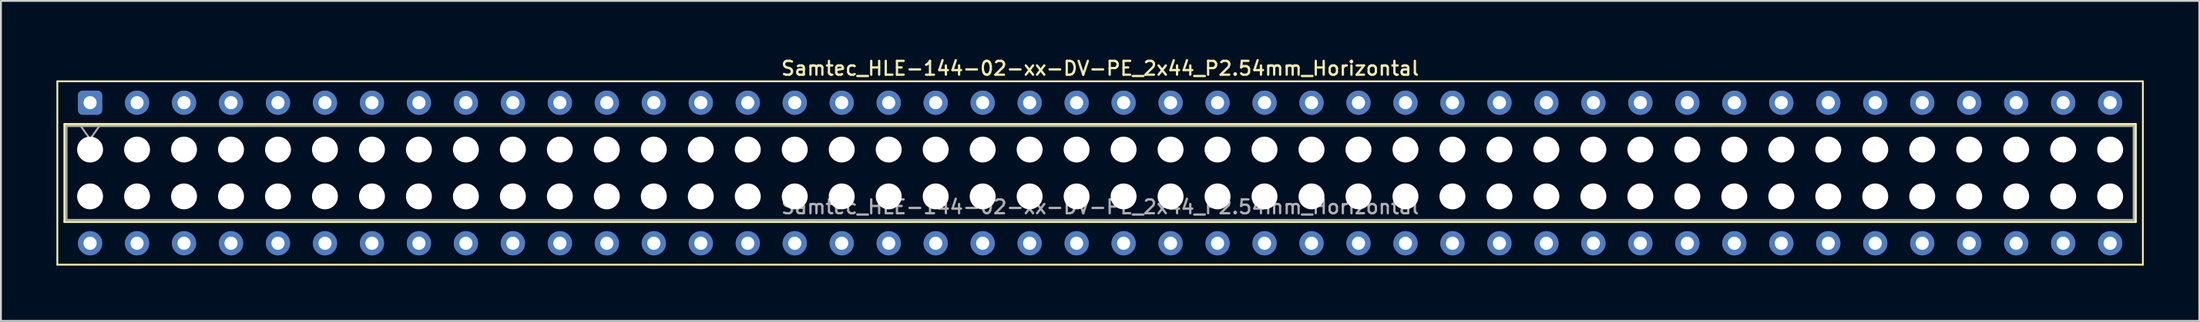
<source format=kicad_pcb>
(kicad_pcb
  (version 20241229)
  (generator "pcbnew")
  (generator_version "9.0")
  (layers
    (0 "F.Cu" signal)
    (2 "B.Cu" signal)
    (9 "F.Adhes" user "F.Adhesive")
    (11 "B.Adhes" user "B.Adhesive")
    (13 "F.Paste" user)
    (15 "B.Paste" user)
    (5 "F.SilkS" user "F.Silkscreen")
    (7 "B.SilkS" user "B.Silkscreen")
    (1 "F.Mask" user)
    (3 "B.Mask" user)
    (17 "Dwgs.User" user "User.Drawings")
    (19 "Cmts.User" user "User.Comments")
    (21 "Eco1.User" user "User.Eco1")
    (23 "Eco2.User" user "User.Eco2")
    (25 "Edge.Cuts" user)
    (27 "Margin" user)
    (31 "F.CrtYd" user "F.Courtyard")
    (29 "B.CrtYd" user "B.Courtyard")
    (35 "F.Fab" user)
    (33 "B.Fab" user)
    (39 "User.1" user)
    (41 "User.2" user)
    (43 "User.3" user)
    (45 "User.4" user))
  (footprint "Samtec_HLE-144-02-xx-DV-PE_2x44_P2.54mm_Horizontal"
    (layer "F.Cu")
    (at 1.82 2.518)
    (property "Reference" "Samtec_HLE-144-02-xx-DV-PE_2x44_P2.54mm_Horizontal" (at 54.61 -1.86 0) (layer "F.SilkS") (effects (font (size 0.75 0.75) (thickness 0.125))))
    (attr through_hole)
    (fp_line (start -1.77 -1.16) (end 110.99 -1.16) (stroke (width 0.1) (type solid)) (layer "F.SilkS"))
    (fp_line (start -1.77 8.78) (end -1.77 -1.16) (stroke (width 0.1) (type solid)) (layer "F.SilkS"))
    (fp_line (start -1.38 1.16) (end 110.6 1.16) (stroke (width 0.12) (type solid)) (layer "F.SilkS"))
    (fp_line (start -1.38 6.46) (end -1.38 1.16) (stroke (width 0.12) (type solid)) (layer "F.SilkS"))
    (fp_line (start 110.6 1.16) (end 110.6 6.46) (stroke (width 0.12) (type solid)) (layer "F.SilkS"))
    (fp_line (start 110.6 6.46) (end -1.38 6.46) (stroke (width 0.12) (type solid)) (layer "F.SilkS"))
    (fp_line (start 110.99 -1.16) (end 110.99 8.78) (stroke (width 0.1) (type solid)) (layer "F.SilkS"))
    (fp_line (start 110.99 8.78) (end -1.77 8.78) (stroke (width 0.1) (type solid)) (layer "F.SilkS"))
    (fp_line (start -1.27 1.27) (end 110.49 1.27) (stroke (width 0.1) (type solid)) (layer "F.Fab"))
    (fp_line (start -1.27 6.35) (end -1.27 1.27) (stroke (width 0.1) (type solid)) (layer "F.Fab"))
    (fp_line (start -0.5 1.27) (end 0 1.977) (stroke (width 0.1) (type solid)) (layer "F.Fab"))
    (fp_line (start 0 1.977) (end 0.5 1.27) (stroke (width 0.1) (type solid)) (layer "F.Fab"))
    (fp_line (start 110.49 1.27) (end 110.49 6.35) (stroke (width 0.1) (type solid)) (layer "F.Fab"))
    (fp_line (start 110.49 6.35) (end -1.27 6.35) (stroke (width 0.1) (type solid)) (layer "F.Fab"))
    (fp_text user "${REFERENCE}" (at 54.61 5.65 0) (layer "F.Fab") (effects (font (size 0.75 0.75) (thickness 0.125))))
    (pad "" np_thru_hole circle (at 0 2.54) (size 1.4 1.4) (drill 1.4) (layers "*.Cu" "*.Mask"))
    (pad "" np_thru_hole circle (at 0 5.08) (size 1.4 1.4) (drill 1.4) (layers "*.Cu" "*.Mask"))
    (pad "" np_thru_hole circle (at 2.54 2.54) (size 1.4 1.4) (drill 1.4) (layers "*.Cu" "*.Mask"))
    (pad "" np_thru_hole circle (at 2.54 5.08) (size 1.4 1.4) (drill 1.4) (layers "*.Cu" "*.Mask"))
    (pad "" np_thru_hole circle (at 5.08 2.54) (size 1.4 1.4) (drill 1.4) (layers "*.Cu" "*.Mask"))
    (pad "" np_thru_hole circle (at 5.08 5.08) (size 1.4 1.4) (drill 1.4) (layers "*.Cu" "*.Mask"))
    (pad "" np_thru_hole circle (at 7.62 2.54) (size 1.4 1.4) (drill 1.4) (layers "*.Cu" "*.Mask"))
    (pad "" np_thru_hole circle (at 7.62 5.08) (size 1.4 1.4) (drill 1.4) (layers "*.Cu" "*.Mask"))
    (pad "" np_thru_hole circle (at 10.16 2.54) (size 1.4 1.4) (drill 1.4) (layers "*.Cu" "*.Mask"))
    (pad "" np_thru_hole circle (at 10.16 5.08) (size 1.4 1.4) (drill 1.4) (layers "*.Cu" "*.Mask"))
    (pad "" np_thru_hole circle (at 12.7 2.54) (size 1.4 1.4) (drill 1.4) (layers "*.Cu" "*.Mask"))
    (pad "" np_thru_hole circle (at 12.7 5.08) (size 1.4 1.4) (drill 1.4) (layers "*.Cu" "*.Mask"))
    (pad "" np_thru_hole circle (at 15.24 2.54) (size 1.4 1.4) (drill 1.4) (layers "*.Cu" "*.Mask"))
    (pad "" np_thru_hole circle (at 15.24 5.08) (size 1.4 1.4) (drill 1.4) (layers "*.Cu" "*.Mask"))
    (pad "" np_thru_hole circle (at 17.78 2.54) (size 1.4 1.4) (drill 1.4) (layers "*.Cu" "*.Mask"))
    (pad "" np_thru_hole circle (at 17.78 5.08) (size 1.4 1.4) (drill 1.4) (layers "*.Cu" "*.Mask"))
    (pad "" np_thru_hole circle (at 20.32 2.54) (size 1.4 1.4) (drill 1.4) (layers "*.Cu" "*.Mask"))
    (pad "" np_thru_hole circle (at 20.32 5.08) (size 1.4 1.4) (drill 1.4) (layers "*.Cu" "*.Mask"))
    (pad "" np_thru_hole circle (at 22.86 2.54) (size 1.4 1.4) (drill 1.4) (layers "*.Cu" "*.Mask"))
    (pad "" np_thru_hole circle (at 22.86 5.08) (size 1.4 1.4) (drill 1.4) (layers "*.Cu" "*.Mask"))
    (pad "" np_thru_hole circle (at 25.4 2.54) (size 1.4 1.4) (drill 1.4) (layers "*.Cu" "*.Mask"))
    (pad "" np_thru_hole circle (at 25.4 5.08) (size 1.4 1.4) (drill 1.4) (layers "*.Cu" "*.Mask"))
    (pad "" np_thru_hole circle (at 27.94 2.54) (size 1.4 1.4) (drill 1.4) (layers "*.Cu" "*.Mask"))
    (pad "" np_thru_hole circle (at 27.94 5.08) (size 1.4 1.4) (drill 1.4) (layers "*.Cu" "*.Mask"))
    (pad "" np_thru_hole circle (at 30.48 2.54) (size 1.4 1.4) (drill 1.4) (layers "*.Cu" "*.Mask"))
    (pad "" np_thru_hole circle (at 30.48 5.08) (size 1.4 1.4) (drill 1.4) (layers "*.Cu" "*.Mask"))
    (pad "" np_thru_hole circle (at 33.02 2.54) (size 1.4 1.4) (drill 1.4) (layers "*.Cu" "*.Mask"))
    (pad "" np_thru_hole circle (at 33.02 5.08) (size 1.4 1.4) (drill 1.4) (layers "*.Cu" "*.Mask"))
    (pad "" np_thru_hole circle (at 35.56 2.54) (size 1.4 1.4) (drill 1.4) (layers "*.Cu" "*.Mask"))
    (pad "" np_thru_hole circle (at 35.56 5.08) (size 1.4 1.4) (drill 1.4) (layers "*.Cu" "*.Mask"))
    (pad "" np_thru_hole circle (at 38.1 2.54) (size 1.4 1.4) (drill 1.4) (layers "*.Cu" "*.Mask"))
    (pad "" np_thru_hole circle (at 38.1 5.08) (size 1.4 1.4) (drill 1.4) (layers "*.Cu" "*.Mask"))
    (pad "" np_thru_hole circle (at 40.64 2.54) (size 1.4 1.4) (drill 1.4) (layers "*.Cu" "*.Mask"))
    (pad "" np_thru_hole circle (at 40.64 5.08) (size 1.4 1.4) (drill 1.4) (layers "*.Cu" "*.Mask"))
    (pad "" np_thru_hole circle (at 43.18 2.54) (size 1.4 1.4) (drill 1.4) (layers "*.Cu" "*.Mask"))
    (pad "" np_thru_hole circle (at 43.18 5.08) (size 1.4 1.4) (drill 1.4) (layers "*.Cu" "*.Mask"))
    (pad "" np_thru_hole circle (at 45.72 2.54) (size 1.4 1.4) (drill 1.4) (layers "*.Cu" "*.Mask"))
    (pad "" np_thru_hole circle (at 45.72 5.08) (size 1.4 1.4) (drill 1.4) (layers "*.Cu" "*.Mask"))
    (pad "" np_thru_hole circle (at 48.26 2.54) (size 1.4 1.4) (drill 1.4) (layers "*.Cu" "*.Mask"))
    (pad "" np_thru_hole circle (at 48.26 5.08) (size 1.4 1.4) (drill 1.4) (layers "*.Cu" "*.Mask"))
    (pad "" np_thru_hole circle (at 50.8 2.54) (size 1.4 1.4) (drill 1.4) (layers "*.Cu" "*.Mask"))
    (pad "" np_thru_hole circle (at 50.8 5.08) (size 1.4 1.4) (drill 1.4) (layers "*.Cu" "*.Mask"))
    (pad "" np_thru_hole circle (at 53.34 2.54) (size 1.4 1.4) (drill 1.4) (layers "*.Cu" "*.Mask"))
    (pad "" np_thru_hole circle (at 53.34 5.08) (size 1.4 1.4) (drill 1.4) (layers "*.Cu" "*.Mask"))
    (pad "" np_thru_hole circle (at 55.88 2.54) (size 1.4 1.4) (drill 1.4) (layers "*.Cu" "*.Mask"))
    (pad "" np_thru_hole circle (at 55.88 5.08) (size 1.4 1.4) (drill 1.4) (layers "*.Cu" "*.Mask"))
    (pad "" np_thru_hole circle (at 58.42 2.54) (size 1.4 1.4) (drill 1.4) (layers "*.Cu" "*.Mask"))
    (pad "" np_thru_hole circle (at 58.42 5.08) (size 1.4 1.4) (drill 1.4) (layers "*.Cu" "*.Mask"))
    (pad "" np_thru_hole circle (at 60.96 2.54) (size 1.4 1.4) (drill 1.4) (layers "*.Cu" "*.Mask"))
    (pad "" np_thru_hole circle (at 60.96 5.08) (size 1.4 1.4) (drill 1.4) (layers "*.Cu" "*.Mask"))
    (pad "" np_thru_hole circle (at 63.5 2.54) (size 1.4 1.4) (drill 1.4) (layers "*.Cu" "*.Mask"))
    (pad "" np_thru_hole circle (at 63.5 5.08) (size 1.4 1.4) (drill 1.4) (layers "*.Cu" "*.Mask"))
    (pad "" np_thru_hole circle (at 66.04 2.54) (size 1.4 1.4) (drill 1.4) (layers "*.Cu" "*.Mask"))
    (pad "" np_thru_hole circle (at 66.04 5.08) (size 1.4 1.4) (drill 1.4) (layers "*.Cu" "*.Mask"))
    (pad "" np_thru_hole circle (at 68.58 2.54) (size 1.4 1.4) (drill 1.4) (layers "*.Cu" "*.Mask"))
    (pad "" np_thru_hole circle (at 68.58 5.08) (size 1.4 1.4) (drill 1.4) (layers "*.Cu" "*.Mask"))
    (pad "" np_thru_hole circle (at 71.12 2.54) (size 1.4 1.4) (drill 1.4) (layers "*.Cu" "*.Mask"))
    (pad "" np_thru_hole circle (at 71.12 5.08) (size 1.4 1.4) (drill 1.4) (layers "*.Cu" "*.Mask"))
    (pad "" np_thru_hole circle (at 73.66 2.54) (size 1.4 1.4) (drill 1.4) (layers "*.Cu" "*.Mask"))
    (pad "" np_thru_hole circle (at 73.66 5.08) (size 1.4 1.4) (drill 1.4) (layers "*.Cu" "*.Mask"))
    (pad "" np_thru_hole circle (at 76.2 2.54) (size 1.4 1.4) (drill 1.4) (layers "*.Cu" "*.Mask"))
    (pad "" np_thru_hole circle (at 76.2 5.08) (size 1.4 1.4) (drill 1.4) (layers "*.Cu" "*.Mask"))
    (pad "" np_thru_hole circle (at 78.74 2.54) (size 1.4 1.4) (drill 1.4) (layers "*.Cu" "*.Mask"))
    (pad "" np_thru_hole circle (at 78.74 5.08) (size 1.4 1.4) (drill 1.4) (layers "*.Cu" "*.Mask"))
    (pad "" np_thru_hole circle (at 81.28 2.54) (size 1.4 1.4) (drill 1.4) (layers "*.Cu" "*.Mask"))
    (pad "" np_thru_hole circle (at 81.28 5.08) (size 1.4 1.4) (drill 1.4) (layers "*.Cu" "*.Mask"))
    (pad "" np_thru_hole circle (at 83.82 2.54) (size 1.4 1.4) (drill 1.4) (layers "*.Cu" "*.Mask"))
    (pad "" np_thru_hole circle (at 83.82 5.08) (size 1.4 1.4) (drill 1.4) (layers "*.Cu" "*.Mask"))
    (pad "" np_thru_hole circle (at 86.36 2.54) (size 1.4 1.4) (drill 1.4) (layers "*.Cu" "*.Mask"))
    (pad "" np_thru_hole circle (at 86.36 5.08) (size 1.4 1.4) (drill 1.4) (layers "*.Cu" "*.Mask"))
    (pad "" np_thru_hole circle (at 88.9 2.54) (size 1.4 1.4) (drill 1.4) (layers "*.Cu" "*.Mask"))
    (pad "" np_thru_hole circle (at 88.9 5.08) (size 1.4 1.4) (drill 1.4) (layers "*.Cu" "*.Mask"))
    (pad "" np_thru_hole circle (at 91.44 2.54) (size 1.4 1.4) (drill 1.4) (layers "*.Cu" "*.Mask"))
    (pad "" np_thru_hole circle (at 91.44 5.08) (size 1.4 1.4) (drill 1.4) (layers "*.Cu" "*.Mask"))
    (pad "" np_thru_hole circle (at 93.98 2.54) (size 1.4 1.4) (drill 1.4) (layers "*.Cu" "*.Mask"))
    (pad "" np_thru_hole circle (at 93.98 5.08) (size 1.4 1.4) (drill 1.4) (layers "*.Cu" "*.Mask"))
    (pad "" np_thru_hole circle (at 96.52 2.54) (size 1.4 1.4) (drill 1.4) (layers "*.Cu" "*.Mask"))
    (pad "" np_thru_hole circle (at 96.52 5.08) (size 1.4 1.4) (drill 1.4) (layers "*.Cu" "*.Mask"))
    (pad "" np_thru_hole circle (at 99.06 2.54) (size 1.4 1.4) (drill 1.4) (layers "*.Cu" "*.Mask"))
    (pad "" np_thru_hole circle (at 99.06 5.08) (size 1.4 1.4) (drill 1.4) (layers "*.Cu" "*.Mask"))
    (pad "" np_thru_hole circle (at 101.6 2.54) (size 1.4 1.4) (drill 1.4) (layers "*.Cu" "*.Mask"))
    (pad "" np_thru_hole circle (at 101.6 5.08) (size 1.4 1.4) (drill 1.4) (layers "*.Cu" "*.Mask"))
    (pad "" np_thru_hole circle (at 104.14 2.54) (size 1.4 1.4) (drill 1.4) (layers "*.Cu" "*.Mask"))
    (pad "" np_thru_hole circle (at 104.14 5.08) (size 1.4 1.4) (drill 1.4) (layers "*.Cu" "*.Mask"))
    (pad "" np_thru_hole circle (at 106.68 2.54) (size 1.4 1.4) (drill 1.4) (layers "*.Cu" "*.Mask"))
    (pad "" np_thru_hole circle (at 106.68 5.08) (size 1.4 1.4) (drill 1.4) (layers "*.Cu" "*.Mask"))
    (pad "" np_thru_hole circle (at 109.22 2.54) (size 1.4 1.4) (drill 1.4) (layers "*.Cu" "*.Mask"))
    (pad "" np_thru_hole circle (at 109.22 5.08) (size 1.4 1.4) (drill 1.4) (layers "*.Cu" "*.Mask"))
    (pad "1" thru_hole roundrect (at 0 0) (size 1.31 1.31) (drill 0.71) (layers "*.Cu" "*.Mask") (roundrect_rratio 0.191))
    (pad "2" thru_hole circle (at 0 7.62) (size 1.31 1.31) (drill 0.71) (layers "*.Cu" "*.Mask"))
    (pad "3" thru_hole circle (at 2.54 0) (size 1.31 1.31) (drill 0.71) (layers "*.Cu" "*.Mask"))
    (pad "4" thru_hole circle (at 2.54 7.62) (size 1.31 1.31) (drill 0.71) (layers "*.Cu" "*.Mask"))
    (pad "5" thru_hole circle (at 5.08 0) (size 1.31 1.31) (drill 0.71) (layers "*.Cu" "*.Mask"))
    (pad "6" thru_hole circle (at 5.08 7.62) (size 1.31 1.31) (drill 0.71) (layers "*.Cu" "*.Mask"))
    (pad "7" thru_hole circle (at 7.62 0) (size 1.31 1.31) (drill 0.71) (layers "*.Cu" "*.Mask"))
    (pad "8" thru_hole circle (at 7.62 7.62) (size 1.31 1.31) (drill 0.71) (layers "*.Cu" "*.Mask"))
    (pad "9" thru_hole circle (at 10.16 0) (size 1.31 1.31) (drill 0.71) (layers "*.Cu" "*.Mask"))
    (pad "10" thru_hole circle (at 10.16 7.62) (size 1.31 1.31) (drill 0.71) (layers "*.Cu" "*.Mask"))
    (pad "11" thru_hole circle (at 12.7 0) (size 1.31 1.31) (drill 0.71) (layers "*.Cu" "*.Mask"))
    (pad "12" thru_hole circle (at 12.7 7.62) (size 1.31 1.31) (drill 0.71) (layers "*.Cu" "*.Mask"))
    (pad "13" thru_hole circle (at 15.24 0) (size 1.31 1.31) (drill 0.71) (layers "*.Cu" "*.Mask"))
    (pad "14" thru_hole circle (at 15.24 7.62) (size 1.31 1.31) (drill 0.71) (layers "*.Cu" "*.Mask"))
    (pad "15" thru_hole circle (at 17.78 0) (size 1.31 1.31) (drill 0.71) (layers "*.Cu" "*.Mask"))
    (pad "16" thru_hole circle (at 17.78 7.62) (size 1.31 1.31) (drill 0.71) (layers "*.Cu" "*.Mask"))
    (pad "17" thru_hole circle (at 20.32 0) (size 1.31 1.31) (drill 0.71) (layers "*.Cu" "*.Mask"))
    (pad "18" thru_hole circle (at 20.32 7.62) (size 1.31 1.31) (drill 0.71) (layers "*.Cu" "*.Mask"))
    (pad "19" thru_hole circle (at 22.86 0) (size 1.31 1.31) (drill 0.71) (layers "*.Cu" "*.Mask"))
    (pad "20" thru_hole circle (at 22.86 7.62) (size 1.31 1.31) (drill 0.71) (layers "*.Cu" "*.Mask"))
    (pad "21" thru_hole circle (at 25.4 0) (size 1.31 1.31) (drill 0.71) (layers "*.Cu" "*.Mask"))
    (pad "22" thru_hole circle (at 25.4 7.62) (size 1.31 1.31) (drill 0.71) (layers "*.Cu" "*.Mask"))
    (pad "23" thru_hole circle (at 27.94 0) (size 1.31 1.31) (drill 0.71) (layers "*.Cu" "*.Mask"))
    (pad "24" thru_hole circle (at 27.94 7.62) (size 1.31 1.31) (drill 0.71) (layers "*.Cu" "*.Mask"))
    (pad "25" thru_hole circle (at 30.48 0) (size 1.31 1.31) (drill 0.71) (layers "*.Cu" "*.Mask"))
    (pad "26" thru_hole circle (at 30.48 7.62) (size 1.31 1.31) (drill 0.71) (layers "*.Cu" "*.Mask"))
    (pad "27" thru_hole circle (at 33.02 0) (size 1.31 1.31) (drill 0.71) (layers "*.Cu" "*.Mask"))
    (pad "28" thru_hole circle (at 33.02 7.62) (size 1.31 1.31) (drill 0.71) (layers "*.Cu" "*.Mask"))
    (pad "29" thru_hole circle (at 35.56 0) (size 1.31 1.31) (drill 0.71) (layers "*.Cu" "*.Mask"))
    (pad "30" thru_hole circle (at 35.56 7.62) (size 1.31 1.31) (drill 0.71) (layers "*.Cu" "*.Mask"))
    (pad "31" thru_hole circle (at 38.1 0) (size 1.31 1.31) (drill 0.71) (layers "*.Cu" "*.Mask"))
    (pad "32" thru_hole circle (at 38.1 7.62) (size 1.31 1.31) (drill 0.71) (layers "*.Cu" "*.Mask"))
    (pad "33" thru_hole circle (at 40.64 0) (size 1.31 1.31) (drill 0.71) (layers "*.Cu" "*.Mask"))
    (pad "34" thru_hole circle (at 40.64 7.62) (size 1.31 1.31) (drill 0.71) (layers "*.Cu" "*.Mask"))
    (pad "35" thru_hole circle (at 43.18 0) (size 1.31 1.31) (drill 0.71) (layers "*.Cu" "*.Mask"))
    (pad "36" thru_hole circle (at 43.18 7.62) (size 1.31 1.31) (drill 0.71) (layers "*.Cu" "*.Mask"))
    (pad "37" thru_hole circle (at 45.72 0) (size 1.31 1.31) (drill 0.71) (layers "*.Cu" "*.Mask"))
    (pad "38" thru_hole circle (at 45.72 7.62) (size 1.31 1.31) (drill 0.71) (layers "*.Cu" "*.Mask"))
    (pad "39" thru_hole circle (at 48.26 0) (size 1.31 1.31) (drill 0.71) (layers "*.Cu" "*.Mask"))
    (pad "40" thru_hole circle (at 48.26 7.62) (size 1.31 1.31) (drill 0.71) (layers "*.Cu" "*.Mask"))
    (pad "41" thru_hole circle (at 50.8 0) (size 1.31 1.31) (drill 0.71) (layers "*.Cu" "*.Mask"))
    (pad "42" thru_hole circle (at 50.8 7.62) (size 1.31 1.31) (drill 0.71) (layers "*.Cu" "*.Mask"))
    (pad "43" thru_hole circle (at 53.34 0) (size 1.31 1.31) (drill 0.71) (layers "*.Cu" "*.Mask"))
    (pad "44" thru_hole circle (at 53.34 7.62) (size 1.31 1.31) (drill 0.71) (layers "*.Cu" "*.Mask"))
    (pad "45" thru_hole circle (at 55.88 0) (size 1.31 1.31) (drill 0.71) (layers "*.Cu" "*.Mask"))
    (pad "46" thru_hole circle (at 55.88 7.62) (size 1.31 1.31) (drill 0.71) (layers "*.Cu" "*.Mask"))
    (pad "47" thru_hole circle (at 58.42 0) (size 1.31 1.31) (drill 0.71) (layers "*.Cu" "*.Mask"))
    (pad "48" thru_hole circle (at 58.42 7.62) (size 1.31 1.31) (drill 0.71) (layers "*.Cu" "*.Mask"))
    (pad "49" thru_hole circle (at 60.96 0) (size 1.31 1.31) (drill 0.71) (layers "*.Cu" "*.Mask"))
    (pad "50" thru_hole circle (at 60.96 7.62) (size 1.31 1.31) (drill 0.71) (layers "*.Cu" "*.Mask"))
    (pad "51" thru_hole circle (at 63.5 0) (size 1.31 1.31) (drill 0.71) (layers "*.Cu" "*.Mask"))
    (pad "52" thru_hole circle (at 63.5 7.62) (size 1.31 1.31) (drill 0.71) (layers "*.Cu" "*.Mask"))
    (pad "53" thru_hole circle (at 66.04 0) (size 1.31 1.31) (drill 0.71) (layers "*.Cu" "*.Mask"))
    (pad "54" thru_hole circle (at 66.04 7.62) (size 1.31 1.31) (drill 0.71) (layers "*.Cu" "*.Mask"))
    (pad "55" thru_hole circle (at 68.58 0) (size 1.31 1.31) (drill 0.71) (layers "*.Cu" "*.Mask"))
    (pad "56" thru_hole circle (at 68.58 7.62) (size 1.31 1.31) (drill 0.71) (layers "*.Cu" "*.Mask"))
    (pad "57" thru_hole circle (at 71.12 0) (size 1.31 1.31) (drill 0.71) (layers "*.Cu" "*.Mask"))
    (pad "58" thru_hole circle (at 71.12 7.62) (size 1.31 1.31) (drill 0.71) (layers "*.Cu" "*.Mask"))
    (pad "59" thru_hole circle (at 73.66 0) (size 1.31 1.31) (drill 0.71) (layers "*.Cu" "*.Mask"))
    (pad "60" thru_hole circle (at 73.66 7.62) (size 1.31 1.31) (drill 0.71) (layers "*.Cu" "*.Mask"))
    (pad "61" thru_hole circle (at 76.2 0) (size 1.31 1.31) (drill 0.71) (layers "*.Cu" "*.Mask"))
    (pad "62" thru_hole circle (at 76.2 7.62) (size 1.31 1.31) (drill 0.71) (layers "*.Cu" "*.Mask"))
    (pad "63" thru_hole circle (at 78.74 0) (size 1.31 1.31) (drill 0.71) (layers "*.Cu" "*.Mask"))
    (pad "64" thru_hole circle (at 78.74 7.62) (size 1.31 1.31) (drill 0.71) (layers "*.Cu" "*.Mask"))
    (pad "65" thru_hole circle (at 81.28 0) (size 1.31 1.31) (drill 0.71) (layers "*.Cu" "*.Mask"))
    (pad "66" thru_hole circle (at 81.28 7.62) (size 1.31 1.31) (drill 0.71) (layers "*.Cu" "*.Mask"))
    (pad "67" thru_hole circle (at 83.82 0) (size 1.31 1.31) (drill 0.71) (layers "*.Cu" "*.Mask"))
    (pad "68" thru_hole circle (at 83.82 7.62) (size 1.31 1.31) (drill 0.71) (layers "*.Cu" "*.Mask"))
    (pad "69" thru_hole circle (at 86.36 0) (size 1.31 1.31) (drill 0.71) (layers "*.Cu" "*.Mask"))
    (pad "70" thru_hole circle (at 86.36 7.62) (size 1.31 1.31) (drill 0.71) (layers "*.Cu" "*.Mask"))
    (pad "71" thru_hole circle (at 88.9 0) (size 1.31 1.31) (drill 0.71) (layers "*.Cu" "*.Mask"))
    (pad "72" thru_hole circle (at 88.9 7.62) (size 1.31 1.31) (drill 0.71) (layers "*.Cu" "*.Mask"))
    (pad "73" thru_hole circle (at 91.44 0) (size 1.31 1.31) (drill 0.71) (layers "*.Cu" "*.Mask"))
    (pad "74" thru_hole circle (at 91.44 7.62) (size 1.31 1.31) (drill 0.71) (layers "*.Cu" "*.Mask"))
    (pad "75" thru_hole circle (at 93.98 0) (size 1.31 1.31) (drill 0.71) (layers "*.Cu" "*.Mask"))
    (pad "76" thru_hole circle (at 93.98 7.62) (size 1.31 1.31) (drill 0.71) (layers "*.Cu" "*.Mask"))
    (pad "77" thru_hole circle (at 96.52 0) (size 1.31 1.31) (drill 0.71) (layers "*.Cu" "*.Mask"))
    (pad "78" thru_hole circle (at 96.52 7.62) (size 1.31 1.31) (drill 0.71) (layers "*.Cu" "*.Mask"))
    (pad "79" thru_hole circle (at 99.06 0) (size 1.31 1.31) (drill 0.71) (layers "*.Cu" "*.Mask"))
    (pad "80" thru_hole circle (at 99.06 7.62) (size 1.31 1.31) (drill 0.71) (layers "*.Cu" "*.Mask"))
    (pad "81" thru_hole circle (at 101.6 0) (size 1.31 1.31) (drill 0.71) (layers "*.Cu" "*.Mask"))
    (pad "82" thru_hole circle (at 101.6 7.62) (size 1.31 1.31) (drill 0.71) (layers "*.Cu" "*.Mask"))
    (pad "83" thru_hole circle (at 104.14 0) (size 1.31 1.31) (drill 0.71) (layers "*.Cu" "*.Mask"))
    (pad "84" thru_hole circle (at 104.14 7.62) (size 1.31 1.31) (drill 0.71) (layers "*.Cu" "*.Mask"))
    (pad "85" thru_hole circle (at 106.68 0) (size 1.31 1.31) (drill 0.71) (layers "*.Cu" "*.Mask"))
    (pad "86" thru_hole circle (at 106.68 7.62) (size 1.31 1.31) (drill 0.71) (layers "*.Cu" "*.Mask"))
    (pad "87" thru_hole circle (at 109.22 0) (size 1.31 1.31) (drill 0.71) (layers "*.Cu" "*.Mask"))
    (pad "88" thru_hole circle (at 109.22 7.62) (size 1.31 1.31) (drill 0.71) (layers "*.Cu" "*.Mask")))
  (gr_rect
    (start -3 -3)
    (end 115.86 14.348)
    (stroke (width 0.1) (type default))
    (fill no)
    (layer "Edge.Cuts")))
</source>
